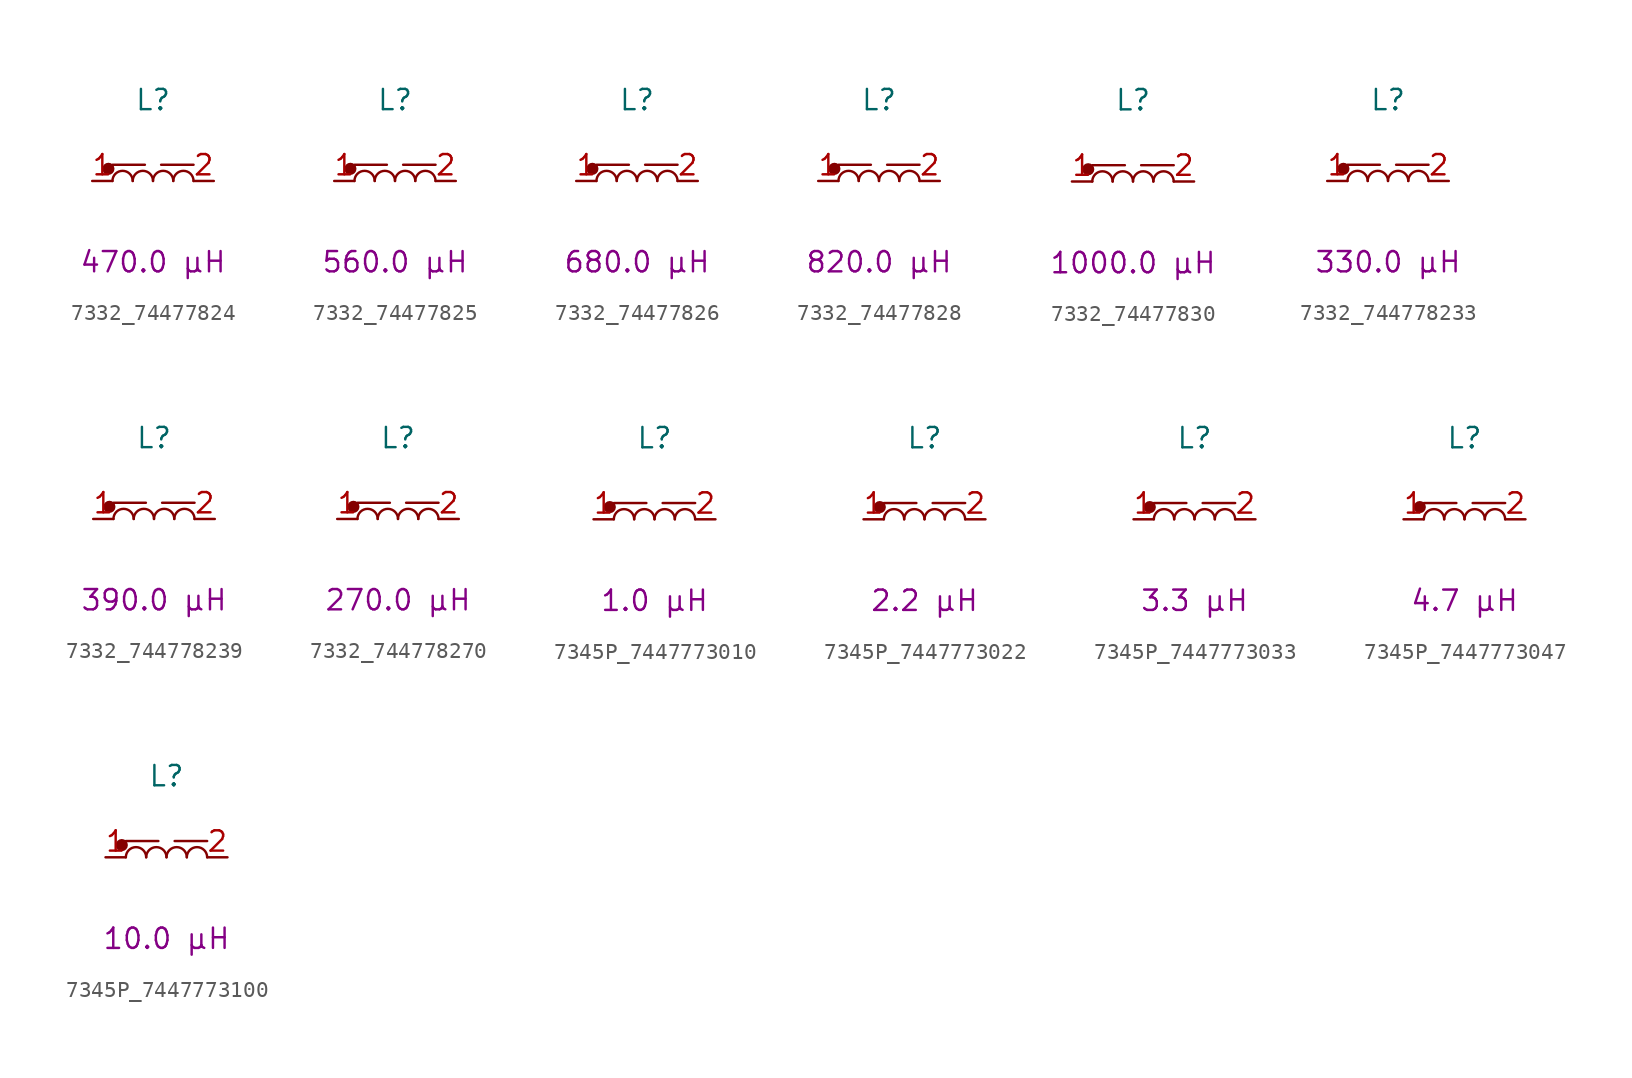
<source format=kicad_sym>
(kicad_symbol_lib
  (version 20220914)
  (generator kicad_symbol_editor)
  (symbol "7332_74477824"
    (pin_names hide)
    (property "Reference" "L"
      (at 0 5.08 0)
      (effects (font (size 1.27 1.27))))
    (property "Critical Parameter" "470.0 µH"
      (at 0 -5.08 0)
      (effects (font (size 1.27 1.27))))
    (symbol "7332_74477824_0_1"
      (arc (start -1.27 0) (mid -1.905 0.6323) (end -2.54 0) (stroke (width 0) (type default)) (fill (type none)))
      (arc (start 0 0) (mid -0.635 0.6323) (end -1.27 0) (stroke (width 0) (type default)) (fill (type none)))
      (polyline (pts (xy -2.54 1.016) (xy -0.508 1.016)) (stroke (width 0) (type default)) (fill (type none)))
      (arc (start 1.27 0) (mid 0.635 0.6323) (end 0 0) (stroke (width 0) (type default)) (fill (type none)))
      (arc (start 2.54 0) (mid 1.905 0.6323) (end 1.27 0) (stroke (width 0) (type default)) (fill (type none))))
    (symbol "7332_74477824_1_1"
      (circle (center -2.794 0.762) (radius 0.0001) (stroke (width 0.381) (type default)) (fill (type none)))
      (polyline (pts (xy 2.54 1.016) (xy 0.508 1.016)) (stroke (width 0) (type default)) (fill (type none)))
      (pin passive line (at -3.81 0 0) (length 1.27) (name "1" (effects (font (size 1.27 1.27)))) (number "1" (effects (font (size 1.27 1.27)))))
      (pin passive line (at 3.81 0 180) (length 1.27) (name "2" (effects (font (size 1.27 1.27)))) (number "2" (effects (font (size 1.27 1.27)))))))
  (symbol "7332_74477825"
    (pin_names hide)
    (property "Reference" "L"
      (at 0 5.08 0)
      (effects (font (size 1.27 1.27))))
    (property "Critical Parameter" "560.0 µH"
      (at 0 -5.08 0)
      (effects (font (size 1.27 1.27))))
    (symbol "7332_74477825_0_1"
      (arc (start -1.27 0) (mid -1.905 0.6323) (end -2.54 0) (stroke (width 0) (type default)) (fill (type none)))
      (arc (start 0 0) (mid -0.635 0.6323) (end -1.27 0) (stroke (width 0) (type default)) (fill (type none)))
      (polyline (pts (xy -2.54 1.016) (xy -0.508 1.016)) (stroke (width 0) (type default)) (fill (type none)))
      (arc (start 1.27 0) (mid 0.635 0.6323) (end 0 0) (stroke (width 0) (type default)) (fill (type none)))
      (arc (start 2.54 0) (mid 1.905 0.6323) (end 1.27 0) (stroke (width 0) (type default)) (fill (type none))))
    (symbol "7332_74477825_1_1"
      (circle (center -2.794 0.762) (radius 0.0001) (stroke (width 0.381) (type default)) (fill (type none)))
      (polyline (pts (xy 2.54 1.016) (xy 0.508 1.016)) (stroke (width 0) (type default)) (fill (type none)))
      (pin passive line (at -3.81 0 0) (length 1.27) (name "1" (effects (font (size 1.27 1.27)))) (number "1" (effects (font (size 1.27 1.27)))))
      (pin passive line (at 3.81 0 180) (length 1.27) (name "2" (effects (font (size 1.27 1.27)))) (number "2" (effects (font (size 1.27 1.27)))))))
  (symbol "7332_74477826"
    (pin_names hide)
    (property "Reference" "L"
      (at 0 5.08 0)
      (effects (font (size 1.27 1.27))))
    (property "Critical Parameter" "680.0 µH"
      (at 0 -5.08 0)
      (effects (font (size 1.27 1.27))))
    (symbol "7332_74477826_0_1"
      (arc (start -1.27 0) (mid -1.905 0.6323) (end -2.54 0) (stroke (width 0) (type default)) (fill (type none)))
      (arc (start 0 0) (mid -0.635 0.6323) (end -1.27 0) (stroke (width 0) (type default)) (fill (type none)))
      (polyline (pts (xy -2.54 1.016) (xy -0.508 1.016)) (stroke (width 0) (type default)) (fill (type none)))
      (arc (start 1.27 0) (mid 0.635 0.6323) (end 0 0) (stroke (width 0) (type default)) (fill (type none)))
      (arc (start 2.54 0) (mid 1.905 0.6323) (end 1.27 0) (stroke (width 0) (type default)) (fill (type none))))
    (symbol "7332_74477826_1_1"
      (circle (center -2.794 0.762) (radius 0.0001) (stroke (width 0.381) (type default)) (fill (type none)))
      (polyline (pts (xy 2.54 1.016) (xy 0.508 1.016)) (stroke (width 0) (type default)) (fill (type none)))
      (pin passive line (at -3.81 0 0) (length 1.27) (name "1" (effects (font (size 1.27 1.27)))) (number "1" (effects (font (size 1.27 1.27)))))
      (pin passive line (at 3.81 0 180) (length 1.27) (name "2" (effects (font (size 1.27 1.27)))) (number "2" (effects (font (size 1.27 1.27)))))))
  (symbol "7332_74477828"
    (pin_names hide)
    (property "Reference" "L"
      (at 0 5.08 0)
      (effects (font (size 1.27 1.27))))
    (property "Critical Parameter" "820.0 µH"
      (at 0 -5.08 0)
      (effects (font (size 1.27 1.27))))
    (symbol "7332_74477828_0_1"
      (arc (start -1.27 0) (mid -1.905 0.6323) (end -2.54 0) (stroke (width 0) (type default)) (fill (type none)))
      (arc (start 0 0) (mid -0.635 0.6323) (end -1.27 0) (stroke (width 0) (type default)) (fill (type none)))
      (polyline (pts (xy -2.54 1.016) (xy -0.508 1.016)) (stroke (width 0) (type default)) (fill (type none)))
      (arc (start 1.27 0) (mid 0.635 0.6323) (end 0 0) (stroke (width 0) (type default)) (fill (type none)))
      (arc (start 2.54 0) (mid 1.905 0.6323) (end 1.27 0) (stroke (width 0) (type default)) (fill (type none))))
    (symbol "7332_74477828_1_1"
      (circle (center -2.794 0.762) (radius 0.0001) (stroke (width 0.381) (type default)) (fill (type none)))
      (polyline (pts (xy 2.54 1.016) (xy 0.508 1.016)) (stroke (width 0) (type default)) (fill (type none)))
      (pin passive line (at -3.81 0 0) (length 1.27) (name "1" (effects (font (size 1.27 1.27)))) (number "1" (effects (font (size 1.27 1.27)))))
      (pin passive line (at 3.81 0 180) (length 1.27) (name "2" (effects (font (size 1.27 1.27)))) (number "2" (effects (font (size 1.27 1.27)))))))
  (symbol "7332_74477830"
    (pin_names hide)
    (property "Reference" "L"
      (at 0 5.08 0)
      (effects (font (size 1.27 1.27))))
    (property "Critical Parameter" "1000.0 µH"
      (at 0 -5.08 0)
      (effects (font (size 1.27 1.27))))
    (symbol "7332_74477830_0_1"
      (arc (start -1.27 0) (mid -1.905 0.6323) (end -2.54 0) (stroke (width 0) (type default)) (fill (type none)))
      (arc (start 0 0) (mid -0.635 0.6323) (end -1.27 0) (stroke (width 0) (type default)) (fill (type none)))
      (polyline (pts (xy -2.54 1.016) (xy -0.508 1.016)) (stroke (width 0) (type default)) (fill (type none)))
      (arc (start 1.27 0) (mid 0.635 0.6323) (end 0 0) (stroke (width 0) (type default)) (fill (type none)))
      (arc (start 2.54 0) (mid 1.905 0.6323) (end 1.27 0) (stroke (width 0) (type default)) (fill (type none))))
    (symbol "7332_74477830_1_1"
      (circle (center -2.794 0.762) (radius 0.0001) (stroke (width 0.381) (type default)) (fill (type none)))
      (polyline (pts (xy 2.54 1.016) (xy 0.508 1.016)) (stroke (width 0) (type default)) (fill (type none)))
      (pin passive line (at -3.81 0 0) (length 1.27) (name "1" (effects (font (size 1.27 1.27)))) (number "1" (effects (font (size 1.27 1.27)))))
      (pin passive line (at 3.81 0 180) (length 1.27) (name "2" (effects (font (size 1.27 1.27)))) (number "2" (effects (font (size 1.27 1.27)))))))
  (symbol "7332_744778233"
    (pin_names hide)
    (property "Reference" "L"
      (at 0 5.08 0)
      (effects (font (size 1.27 1.27))))
    (property "Critical Parameter" "330.0 µH"
      (at 0 -5.08 0)
      (effects (font (size 1.27 1.27))))
    (symbol "7332_744778233_0_1"
      (arc (start -1.27 0) (mid -1.905 0.6323) (end -2.54 0) (stroke (width 0) (type default)) (fill (type none)))
      (arc (start 0 0) (mid -0.635 0.6323) (end -1.27 0) (stroke (width 0) (type default)) (fill (type none)))
      (polyline (pts (xy -2.54 1.016) (xy -0.508 1.016)) (stroke (width 0) (type default)) (fill (type none)))
      (arc (start 1.27 0) (mid 0.635 0.6323) (end 0 0) (stroke (width 0) (type default)) (fill (type none)))
      (arc (start 2.54 0) (mid 1.905 0.6323) (end 1.27 0) (stroke (width 0) (type default)) (fill (type none))))
    (symbol "7332_744778233_1_1"
      (circle (center -2.794 0.762) (radius 0.0001) (stroke (width 0.381) (type default)) (fill (type none)))
      (polyline (pts (xy 2.54 1.016) (xy 0.508 1.016)) (stroke (width 0) (type default)) (fill (type none)))
      (pin passive line (at -3.81 0 0) (length 1.27) (name "1" (effects (font (size 1.27 1.27)))) (number "1" (effects (font (size 1.27 1.27)))))
      (pin passive line (at 3.81 0 180) (length 1.27) (name "2" (effects (font (size 1.27 1.27)))) (number "2" (effects (font (size 1.27 1.27)))))))
  (symbol "7332_744778239"
    (pin_names hide)
    (property "Reference" "L"
      (at 0 5.08 0)
      (effects (font (size 1.27 1.27))))
    (property "Critical Parameter" "390.0 µH"
      (at 0 -5.08 0)
      (effects (font (size 1.27 1.27))))
    (symbol "7332_744778239_0_1"
      (arc (start -1.27 0) (mid -1.905 0.6323) (end -2.54 0) (stroke (width 0) (type default)) (fill (type none)))
      (arc (start 0 0) (mid -0.635 0.6323) (end -1.27 0) (stroke (width 0) (type default)) (fill (type none)))
      (polyline (pts (xy -2.54 1.016) (xy -0.508 1.016)) (stroke (width 0) (type default)) (fill (type none)))
      (arc (start 1.27 0) (mid 0.635 0.6323) (end 0 0) (stroke (width 0) (type default)) (fill (type none)))
      (arc (start 2.54 0) (mid 1.905 0.6323) (end 1.27 0) (stroke (width 0) (type default)) (fill (type none))))
    (symbol "7332_744778239_1_1"
      (circle (center -2.794 0.762) (radius 0.0001) (stroke (width 0.381) (type default)) (fill (type none)))
      (polyline (pts (xy 2.54 1.016) (xy 0.508 1.016)) (stroke (width 0) (type default)) (fill (type none)))
      (pin passive line (at -3.81 0 0) (length 1.27) (name "1" (effects (font (size 1.27 1.27)))) (number "1" (effects (font (size 1.27 1.27)))))
      (pin passive line (at 3.81 0 180) (length 1.27) (name "2" (effects (font (size 1.27 1.27)))) (number "2" (effects (font (size 1.27 1.27)))))))
  (symbol "7332_744778270"
    (pin_names hide)
    (property "Reference" "L"
      (at 0 5.08 0)
      (effects (font (size 1.27 1.27))))
    (property "Critical Parameter" "270.0 µH"
      (at 0 -5.08 0)
      (effects (font (size 1.27 1.27))))
    (symbol "7332_744778270_0_1"
      (arc (start -1.27 0) (mid -1.905 0.6323) (end -2.54 0) (stroke (width 0) (type default)) (fill (type none)))
      (arc (start 0 0) (mid -0.635 0.6323) (end -1.27 0) (stroke (width 0) (type default)) (fill (type none)))
      (polyline (pts (xy -2.54 1.016) (xy -0.508 1.016)) (stroke (width 0) (type default)) (fill (type none)))
      (arc (start 1.27 0) (mid 0.635 0.6323) (end 0 0) (stroke (width 0) (type default)) (fill (type none)))
      (arc (start 2.54 0) (mid 1.905 0.6323) (end 1.27 0) (stroke (width 0) (type default)) (fill (type none))))
    (symbol "7332_744778270_1_1"
      (circle (center -2.794 0.762) (radius 0.0001) (stroke (width 0.381) (type default)) (fill (type none)))
      (polyline (pts (xy 2.54 1.016) (xy 0.508 1.016)) (stroke (width 0) (type default)) (fill (type none)))
      (pin passive line (at -3.81 0 0) (length 1.27) (name "1" (effects (font (size 1.27 1.27)))) (number "1" (effects (font (size 1.27 1.27)))))
      (pin passive line (at 3.81 0 180) (length 1.27) (name "2" (effects (font (size 1.27 1.27)))) (number "2" (effects (font (size 1.27 1.27)))))))
  (symbol "7345P_7447773010"
    (pin_names hide)
    (property "Reference" "L"
      (at 0 5.08 0)
      (effects (font (size 1.27 1.27))))
    (property "Critical Parameter" "1.0 µH"
      (at 0 -5.08 0)
      (effects (font (size 1.27 1.27))))
    (symbol "7345P_7447773010_0_1"
      (arc (start -1.27 0) (mid -1.905 0.6323) (end -2.54 0) (stroke (width 0) (type default)) (fill (type none)))
      (arc (start 0 0) (mid -0.635 0.6323) (end -1.27 0) (stroke (width 0) (type default)) (fill (type none)))
      (polyline (pts (xy -2.54 1.016) (xy -0.508 1.016)) (stroke (width 0) (type default)) (fill (type none)))
      (arc (start 1.27 0) (mid 0.635 0.6323) (end 0 0) (stroke (width 0) (type default)) (fill (type none)))
      (arc (start 2.54 0) (mid 1.905 0.6323) (end 1.27 0) (stroke (width 0) (type default)) (fill (type none))))
    (symbol "7345P_7447773010_1_1"
      (circle (center -2.794 0.762) (radius 0.0001) (stroke (width 0.381) (type default)) (fill (type none)))
      (polyline (pts (xy 2.54 1.016) (xy 0.508 1.016)) (stroke (width 0) (type default)) (fill (type none)))
      (pin passive line (at -3.81 0 0) (length 1.27) (name "1" (effects (font (size 1.27 1.27)))) (number "1" (effects (font (size 1.27 1.27)))))
      (pin passive line (at 3.81 0 180) (length 1.27) (name "2" (effects (font (size 1.27 1.27)))) (number "2" (effects (font (size 1.27 1.27)))))))
  (symbol "7345P_7447773022"
    (pin_names hide)
    (property "Reference" "L"
      (at 0 5.08 0)
      (effects (font (size 1.27 1.27))))
    (property "Critical Parameter" "2.2 µH"
      (at 0 -5.08 0)
      (effects (font (size 1.27 1.27))))
    (symbol "7345P_7447773022_0_1"
      (arc (start -1.27 0) (mid -1.905 0.6323) (end -2.54 0) (stroke (width 0) (type default)) (fill (type none)))
      (arc (start 0 0) (mid -0.635 0.6323) (end -1.27 0) (stroke (width 0) (type default)) (fill (type none)))
      (polyline (pts (xy -2.54 1.016) (xy -0.508 1.016)) (stroke (width 0) (type default)) (fill (type none)))
      (arc (start 1.27 0) (mid 0.635 0.6323) (end 0 0) (stroke (width 0) (type default)) (fill (type none)))
      (arc (start 2.54 0) (mid 1.905 0.6323) (end 1.27 0) (stroke (width 0) (type default)) (fill (type none))))
    (symbol "7345P_7447773022_1_1"
      (circle (center -2.794 0.762) (radius 0.0001) (stroke (width 0.381) (type default)) (fill (type none)))
      (polyline (pts (xy 2.54 1.016) (xy 0.508 1.016)) (stroke (width 0) (type default)) (fill (type none)))
      (pin passive line (at -3.81 0 0) (length 1.27) (name "1" (effects (font (size 1.27 1.27)))) (number "1" (effects (font (size 1.27 1.27)))))
      (pin passive line (at 3.81 0 180) (length 1.27) (name "2" (effects (font (size 1.27 1.27)))) (number "2" (effects (font (size 1.27 1.27)))))))
  (symbol "7345P_7447773033"
    (pin_names hide)
    (property "Reference" "L"
      (at 0 5.08 0)
      (effects (font (size 1.27 1.27))))
    (property "Critical Parameter" "3.3 µH"
      (at 0 -5.08 0)
      (effects (font (size 1.27 1.27))))
    (symbol "7345P_7447773033_0_1"
      (arc (start -1.27 0) (mid -1.905 0.6323) (end -2.54 0) (stroke (width 0) (type default)) (fill (type none)))
      (arc (start 0 0) (mid -0.635 0.6323) (end -1.27 0) (stroke (width 0) (type default)) (fill (type none)))
      (polyline (pts (xy -2.54 1.016) (xy -0.508 1.016)) (stroke (width 0) (type default)) (fill (type none)))
      (arc (start 1.27 0) (mid 0.635 0.6323) (end 0 0) (stroke (width 0) (type default)) (fill (type none)))
      (arc (start 2.54 0) (mid 1.905 0.6323) (end 1.27 0) (stroke (width 0) (type default)) (fill (type none))))
    (symbol "7345P_7447773033_1_1"
      (circle (center -2.794 0.762) (radius 0.0001) (stroke (width 0.381) (type default)) (fill (type none)))
      (polyline (pts (xy 2.54 1.016) (xy 0.508 1.016)) (stroke (width 0) (type default)) (fill (type none)))
      (pin passive line (at -3.81 0 0) (length 1.27) (name "1" (effects (font (size 1.27 1.27)))) (number "1" (effects (font (size 1.27 1.27)))))
      (pin passive line (at 3.81 0 180) (length 1.27) (name "2" (effects (font (size 1.27 1.27)))) (number "2" (effects (font (size 1.27 1.27)))))))
  (symbol "7345P_7447773047"
    (pin_names hide)
    (property "Reference" "L"
      (at 0 5.08 0)
      (effects (font (size 1.27 1.27))))
    (property "Critical Parameter" "4.7 µH"
      (at 0 -5.08 0)
      (effects (font (size 1.27 1.27))))
    (symbol "7345P_7447773047_0_1"
      (arc (start -1.27 0) (mid -1.905 0.6323) (end -2.54 0) (stroke (width 0) (type default)) (fill (type none)))
      (arc (start 0 0) (mid -0.635 0.6323) (end -1.27 0) (stroke (width 0) (type default)) (fill (type none)))
      (polyline (pts (xy -2.54 1.016) (xy -0.508 1.016)) (stroke (width 0) (type default)) (fill (type none)))
      (arc (start 1.27 0) (mid 0.635 0.6323) (end 0 0) (stroke (width 0) (type default)) (fill (type none)))
      (arc (start 2.54 0) (mid 1.905 0.6323) (end 1.27 0) (stroke (width 0) (type default)) (fill (type none))))
    (symbol "7345P_7447773047_1_1"
      (circle (center -2.794 0.762) (radius 0.0001) (stroke (width 0.381) (type default)) (fill (type none)))
      (polyline (pts (xy 2.54 1.016) (xy 0.508 1.016)) (stroke (width 0) (type default)) (fill (type none)))
      (pin passive line (at -3.81 0 0) (length 1.27) (name "1" (effects (font (size 1.27 1.27)))) (number "1" (effects (font (size 1.27 1.27)))))
      (pin passive line (at 3.81 0 180) (length 1.27) (name "2" (effects (font (size 1.27 1.27)))) (number "2" (effects (font (size 1.27 1.27)))))))
  (symbol "7345P_7447773100"
    (pin_names hide)
    (property "Reference" "L"
      (at 0 5.08 0)
      (effects (font (size 1.27 1.27))))
    (property "Critical Parameter" "10.0 µH"
      (at 0 -5.08 0)
      (effects (font (size 1.27 1.27))))
    (symbol "7345P_7447773100_0_1"
      (arc (start -1.27 0) (mid -1.905 0.6323) (end -2.54 0) (stroke (width 0) (type default)) (fill (type none)))
      (arc (start 0 0) (mid -0.635 0.6323) (end -1.27 0) (stroke (width 0) (type default)) (fill (type none)))
      (polyline (pts (xy -2.54 1.016) (xy -0.508 1.016)) (stroke (width 0) (type default)) (fill (type none)))
      (arc (start 1.27 0) (mid 0.635 0.6323) (end 0 0) (stroke (width 0) (type default)) (fill (type none)))
      (arc (start 2.54 0) (mid 1.905 0.6323) (end 1.27 0) (stroke (width 0) (type default)) (fill (type none))))
    (symbol "7345P_7447773100_1_1"
      (circle (center -2.794 0.762) (radius 0.0001) (stroke (width 0.381) (type default)) (fill (type none)))
      (polyline (pts (xy 2.54 1.016) (xy 0.508 1.016)) (stroke (width 0) (type default)) (fill (type none)))
      (pin passive line (at -3.81 0 0) (length 1.27) (name "1" (effects (font (size 1.27 1.27)))) (number "1" (effects (font (size 1.27 1.27)))))
      (pin passive line (at 3.81 0 180) (length 1.27) (name "2" (effects (font (size 1.27 1.27)))) (number "2" (effects (font (size 1.27 1.27))))))))
</source>
